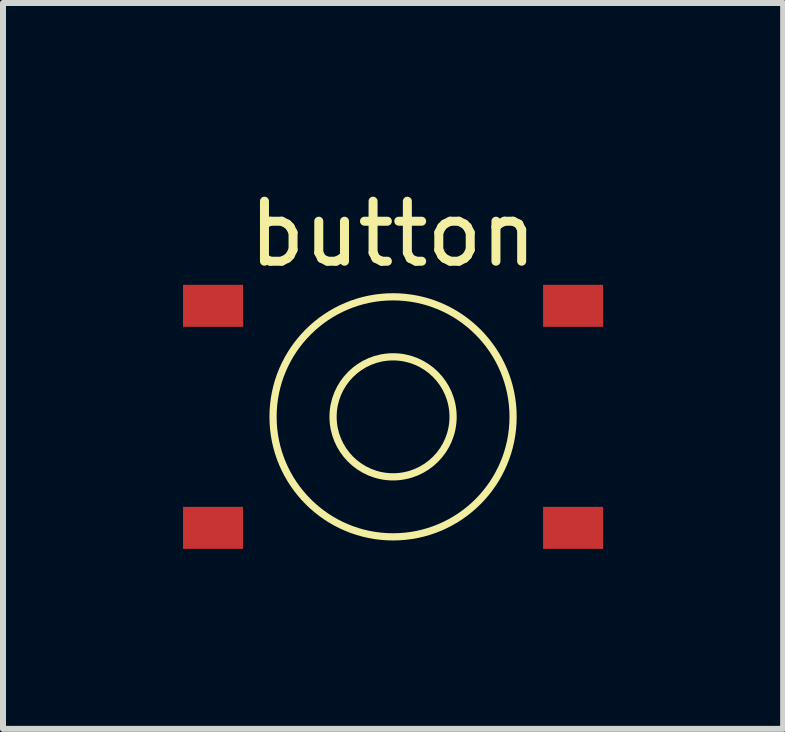
<source format=kicad_pcb>
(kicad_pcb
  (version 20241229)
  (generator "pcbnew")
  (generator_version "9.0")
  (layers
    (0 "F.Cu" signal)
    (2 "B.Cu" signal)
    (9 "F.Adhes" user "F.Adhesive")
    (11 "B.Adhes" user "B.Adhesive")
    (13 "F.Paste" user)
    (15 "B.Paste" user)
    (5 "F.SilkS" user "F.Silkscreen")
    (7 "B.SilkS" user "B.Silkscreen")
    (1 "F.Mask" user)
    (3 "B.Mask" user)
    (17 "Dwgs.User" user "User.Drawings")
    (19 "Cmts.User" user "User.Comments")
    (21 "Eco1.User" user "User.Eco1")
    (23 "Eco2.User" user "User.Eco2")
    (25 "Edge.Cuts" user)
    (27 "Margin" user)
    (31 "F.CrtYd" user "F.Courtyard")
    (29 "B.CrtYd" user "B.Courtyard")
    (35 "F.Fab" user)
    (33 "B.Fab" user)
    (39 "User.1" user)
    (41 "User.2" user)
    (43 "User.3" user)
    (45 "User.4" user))
  (footprint "button"
    (layer "F.Cu")
    (at 3.5 3.896)
    (property "Reference" "button" (at 0 -3.048 0) (layer "F.SilkS") (effects (font (size 1 1) (thickness 0.15))))
    (attr through_hole)
    (fp_circle (center 0 0) (end 1 0) (stroke (width 0.12) (type solid)) (fill no) (layer "F.SilkS"))
    (fp_circle (center 0 0) (end 2 0) (stroke (width 0.12) (type solid)) (fill no) (layer "F.SilkS"))
    (pad "1" smd rect (at -3 -1.85) (size 1 0.7) (layers "F.Cu" "F.Mask" "F.Paste"))
    (pad "2" smd rect (at 3 -1.85) (size 1 0.7) (layers "F.Cu" "F.Mask" "F.Paste"))
    (pad "3" smd rect (at -3 1.85) (size 1 0.7) (layers "F.Cu" "F.Mask" "F.Paste"))
    (pad "4" smd rect (at 3 1.85) (size 1 0.7) (layers "F.Cu" "F.Mask" "F.Paste")))
  (gr_rect
    (start -3 -3)
    (end 10 9.096)
    (stroke (width 0.1) (type default))
    (fill no)
    (layer "Edge.Cuts")))
</source>
